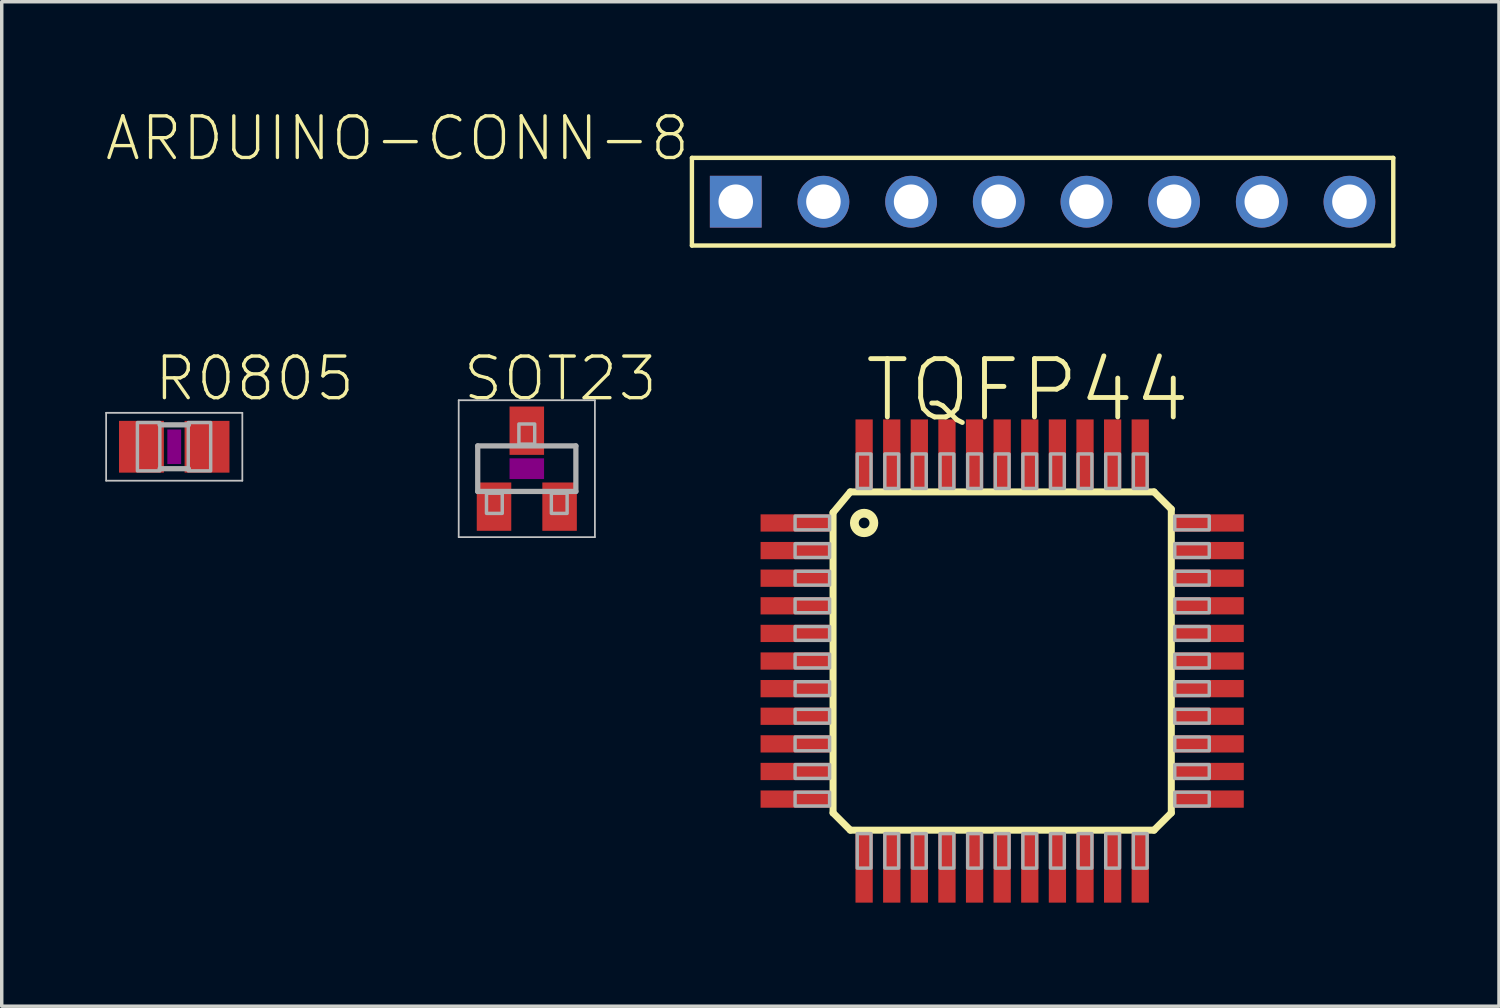
<source format=kicad_pcb>
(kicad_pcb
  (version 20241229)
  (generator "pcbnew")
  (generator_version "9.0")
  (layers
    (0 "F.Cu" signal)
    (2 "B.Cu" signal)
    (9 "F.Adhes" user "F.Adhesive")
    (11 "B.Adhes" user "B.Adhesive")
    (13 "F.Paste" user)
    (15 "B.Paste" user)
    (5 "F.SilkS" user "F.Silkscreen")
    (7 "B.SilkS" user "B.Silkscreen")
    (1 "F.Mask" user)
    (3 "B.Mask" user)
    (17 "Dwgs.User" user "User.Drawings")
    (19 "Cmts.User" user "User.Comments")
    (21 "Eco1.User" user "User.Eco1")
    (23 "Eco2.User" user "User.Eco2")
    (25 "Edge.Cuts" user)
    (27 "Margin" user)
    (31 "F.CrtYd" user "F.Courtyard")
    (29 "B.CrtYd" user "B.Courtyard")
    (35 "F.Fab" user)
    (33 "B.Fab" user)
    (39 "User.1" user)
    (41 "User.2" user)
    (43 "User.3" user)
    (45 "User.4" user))
  (footprint "TQFP44"
    (layer "F.Cu")
    (at 25.986 16.102)
    (property "Reference" "TQFP44" (at -4.064 -6.858 0) (layer "F.SilkS") (effects (font (size 1.689 1.689) (thickness 0.142)) (justify left bottom)))
    (attr through_hole)
    (fp_line (start -4.9 -4.3) (end -4.4 -4.9) (stroke (width 0.203) (type solid)) (layer "F.SilkS"))
    (fp_line (start -4.9 4.4) (end -4.9 -4.3) (stroke (width 0.203) (type solid)) (layer "F.SilkS"))
    (fp_line (start -4.4 -4.9) (end 4.4 -4.9) (stroke (width 0.203) (type solid)) (layer "F.SilkS"))
    (fp_line (start -4.4 4.9) (end -4.9 4.4) (stroke (width 0.203) (type solid)) (layer "F.SilkS"))
    (fp_line (start 4.4 -4.9) (end 4.9 -4.4) (stroke (width 0.203) (type solid)) (layer "F.SilkS"))
    (fp_line (start 4.4 4.9) (end -4.4 4.9) (stroke (width 0.203) (type solid)) (layer "F.SilkS"))
    (fp_line (start 4.9 -4.4) (end 4.9 4.4) (stroke (width 0.203) (type solid)) (layer "F.SilkS"))
    (fp_line (start 4.9 4.4) (end 4.4 4.9) (stroke (width 0.203) (type solid)) (layer "F.SilkS"))
    (fp_circle (center -4 -4) (end -3.717 -4) (stroke (width 0.254) (type solid)) (fill no) (layer "F.SilkS"))
    (fp_poly (pts (xy -6 -3.8) (xy -5 -3.8) (xy -5 -4.2) (xy -6 -4.2)) (stroke (width 0.1) (type solid)) (fill no) (layer "F.Fab"))
    (fp_poly (pts (xy -6 -3) (xy -5 -3) (xy -5 -3.4) (xy -6 -3.4)) (stroke (width 0.1) (type solid)) (fill no) (layer "F.Fab"))
    (fp_poly (pts (xy -6 -2.2) (xy -5 -2.2) (xy -5 -2.6) (xy -6 -2.6)) (stroke (width 0.1) (type solid)) (fill no) (layer "F.Fab"))
    (fp_poly (pts (xy -6 -1.4) (xy -5 -1.4) (xy -5 -1.8) (xy -6 -1.8)) (stroke (width 0.1) (type solid)) (fill no) (layer "F.Fab"))
    (fp_poly (pts (xy -6 -0.6) (xy -5 -0.6) (xy -5 -1) (xy -6 -1)) (stroke (width 0.1) (type solid)) (fill no) (layer "F.Fab"))
    (fp_poly (pts (xy -6 0.2) (xy -5 0.2) (xy -5 -0.2) (xy -6 -0.2)) (stroke (width 0.1) (type solid)) (fill no) (layer "F.Fab"))
    (fp_poly (pts (xy -6 1) (xy -5 1) (xy -5 0.6) (xy -6 0.6)) (stroke (width 0.1) (type solid)) (fill no) (layer "F.Fab"))
    (fp_poly (pts (xy -6 1.8) (xy -5 1.8) (xy -5 1.4) (xy -6 1.4)) (stroke (width 0.1) (type solid)) (fill no) (layer "F.Fab"))
    (fp_poly (pts (xy -6 2.6) (xy -5 2.6) (xy -5 2.2) (xy -6 2.2)) (stroke (width 0.1) (type solid)) (fill no) (layer "F.Fab"))
    (fp_poly (pts (xy -6 3.4) (xy -5 3.4) (xy -5 3) (xy -6 3)) (stroke (width 0.1) (type solid)) (fill no) (layer "F.Fab"))
    (fp_poly (pts (xy -6 4.2) (xy -5 4.2) (xy -5 3.8) (xy -6 3.8)) (stroke (width 0.1) (type solid)) (fill no) (layer "F.Fab"))
    (fp_poly (pts (xy -4.2 -5) (xy -3.8 -5) (xy -3.8 -6) (xy -4.2 -6)) (stroke (width 0.1) (type solid)) (fill no) (layer "F.Fab"))
    (fp_poly (pts (xy -4.2 6) (xy -3.8 6) (xy -3.8 5) (xy -4.2 5)) (stroke (width 0.1) (type solid)) (fill no) (layer "F.Fab"))
    (fp_poly (pts (xy -3.4 -5) (xy -3 -5) (xy -3 -6) (xy -3.4 -6)) (stroke (width 0.1) (type solid)) (fill no) (layer "F.Fab"))
    (fp_poly (pts (xy -3.4 6) (xy -3 6) (xy -3 5) (xy -3.4 5)) (stroke (width 0.1) (type solid)) (fill no) (layer "F.Fab"))
    (fp_poly (pts (xy -2.6 -5) (xy -2.2 -5) (xy -2.2 -6) (xy -2.6 -6)) (stroke (width 0.1) (type solid)) (fill no) (layer "F.Fab"))
    (fp_poly (pts (xy -2.6 6) (xy -2.2 6) (xy -2.2 5) (xy -2.6 5)) (stroke (width 0.1) (type solid)) (fill no) (layer "F.Fab"))
    (fp_poly (pts (xy -1.8 -5) (xy -1.4 -5) (xy -1.4 -6) (xy -1.8 -6)) (stroke (width 0.1) (type solid)) (fill no) (layer "F.Fab"))
    (fp_poly (pts (xy -1.8 6) (xy -1.4 6) (xy -1.4 5) (xy -1.8 5)) (stroke (width 0.1) (type solid)) (fill no) (layer "F.Fab"))
    (fp_poly (pts (xy -1 -5) (xy -0.6 -5) (xy -0.6 -6) (xy -1 -6)) (stroke (width 0.1) (type solid)) (fill no) (layer "F.Fab"))
    (fp_poly (pts (xy -1 6) (xy -0.6 6) (xy -0.6 5) (xy -1 5)) (stroke (width 0.1) (type solid)) (fill no) (layer "F.Fab"))
    (fp_poly (pts (xy -0.2 -5) (xy 0.2 -5) (xy 0.2 -6) (xy -0.2 -6)) (stroke (width 0.1) (type solid)) (fill no) (layer "F.Fab"))
    (fp_poly (pts (xy -0.2 6) (xy 0.2 6) (xy 0.2 5) (xy -0.2 5)) (stroke (width 0.1) (type solid)) (fill no) (layer "F.Fab"))
    (fp_poly (pts (xy 0.6 -5) (xy 1 -5) (xy 1 -6) (xy 0.6 -6)) (stroke (width 0.1) (type solid)) (fill no) (layer "F.Fab"))
    (fp_poly (pts (xy 0.6 6) (xy 1 6) (xy 1 5) (xy 0.6 5)) (stroke (width 0.1) (type solid)) (fill no) (layer "F.Fab"))
    (fp_poly (pts (xy 1.4 -5) (xy 1.8 -5) (xy 1.8 -6) (xy 1.4 -6)) (stroke (width 0.1) (type solid)) (fill no) (layer "F.Fab"))
    (fp_poly (pts (xy 1.4 6) (xy 1.8 6) (xy 1.8 5) (xy 1.4 5)) (stroke (width 0.1) (type solid)) (fill no) (layer "F.Fab"))
    (fp_poly (pts (xy 2.2 -5) (xy 2.6 -5) (xy 2.6 -6) (xy 2.2 -6)) (stroke (width 0.1) (type solid)) (fill no) (layer "F.Fab"))
    (fp_poly (pts (xy 2.2 6) (xy 2.6 6) (xy 2.6 5) (xy 2.2 5)) (stroke (width 0.1) (type solid)) (fill no) (layer "F.Fab"))
    (fp_poly (pts (xy 3 -5) (xy 3.4 -5) (xy 3.4 -6) (xy 3 -6)) (stroke (width 0.1) (type solid)) (fill no) (layer "F.Fab"))
    (fp_poly (pts (xy 3 6) (xy 3.4 6) (xy 3.4 5) (xy 3 5)) (stroke (width 0.1) (type solid)) (fill no) (layer "F.Fab"))
    (fp_poly (pts (xy 3.8 -5) (xy 4.2 -5) (xy 4.2 -6) (xy 3.8 -6)) (stroke (width 0.1) (type solid)) (fill no) (layer "F.Fab"))
    (fp_poly (pts (xy 3.8 6) (xy 4.2 6) (xy 4.2 5) (xy 3.8 5)) (stroke (width 0.1) (type solid)) (fill no) (layer "F.Fab"))
    (fp_poly (pts (xy 5 -3.8) (xy 6 -3.8) (xy 6 -4.2) (xy 5 -4.2)) (stroke (width 0.1) (type solid)) (fill no) (layer "F.Fab"))
    (fp_poly (pts (xy 5 -3) (xy 6 -3) (xy 6 -3.4) (xy 5 -3.4)) (stroke (width 0.1) (type solid)) (fill no) (layer "F.Fab"))
    (fp_poly (pts (xy 5 -2.2) (xy 6 -2.2) (xy 6 -2.6) (xy 5 -2.6)) (stroke (width 0.1) (type solid)) (fill no) (layer "F.Fab"))
    (fp_poly (pts (xy 5 -1.4) (xy 6 -1.4) (xy 6 -1.8) (xy 5 -1.8)) (stroke (width 0.1) (type solid)) (fill no) (layer "F.Fab"))
    (fp_poly (pts (xy 5 -0.6) (xy 6 -0.6) (xy 6 -1) (xy 5 -1)) (stroke (width 0.1) (type solid)) (fill no) (layer "F.Fab"))
    (fp_poly (pts (xy 5 0.2) (xy 6 0.2) (xy 6 -0.2) (xy 5 -0.2)) (stroke (width 0.1) (type solid)) (fill no) (layer "F.Fab"))
    (fp_poly (pts (xy 5 1) (xy 6 1) (xy 6 0.6) (xy 5 0.6)) (stroke (width 0.1) (type solid)) (fill no) (layer "F.Fab"))
    (fp_poly (pts (xy 5 1.8) (xy 6 1.8) (xy 6 1.4) (xy 5 1.4)) (stroke (width 0.1) (type solid)) (fill no) (layer "F.Fab"))
    (fp_poly (pts (xy 5 2.6) (xy 6 2.6) (xy 6 2.2) (xy 5 2.2)) (stroke (width 0.1) (type solid)) (fill no) (layer "F.Fab"))
    (fp_poly (pts (xy 5 3.4) (xy 6 3.4) (xy 6 3) (xy 5 3)) (stroke (width 0.1) (type solid)) (fill no) (layer "F.Fab"))
    (fp_poly (pts (xy 5 4.2) (xy 6 4.2) (xy 6 3.8) (xy 5 3.8)) (stroke (width 0.1) (type solid)) (fill no) (layer "F.Fab"))
    (pad "1" smd rect (at -6 -4) (size 2 0.5) (layers "F.Cu" "F.Mask" "F.Paste"))
    (pad "2" smd rect (at -6 -3.2) (size 2 0.5) (layers "F.Cu" "F.Mask" "F.Paste"))
    (pad "3" smd rect (at -6 -2.4) (size 2 0.5) (layers "F.Cu" "F.Mask" "F.Paste"))
    (pad "4" smd rect (at -6 -1.6) (size 2 0.5) (layers "F.Cu" "F.Mask" "F.Paste"))
    (pad "5" smd rect (at -6 -0.8) (size 2 0.5) (layers "F.Cu" "F.Mask" "F.Paste"))
    (pad "6" smd rect (at -6 0) (size 2 0.5) (layers "F.Cu" "F.Mask" "F.Paste"))
    (pad "7" smd rect (at -6 0.8) (size 2 0.5) (layers "F.Cu" "F.Mask" "F.Paste"))
    (pad "8" smd rect (at -6 1.6) (size 2 0.5) (layers "F.Cu" "F.Mask" "F.Paste"))
    (pad "9" smd rect (at -6 2.4) (size 2 0.5) (layers "F.Cu" "F.Mask" "F.Paste"))
    (pad "10" smd rect (at -6 3.2) (size 2 0.5) (layers "F.Cu" "F.Mask" "F.Paste"))
    (pad "11" smd rect (at -6 4) (size 2 0.5) (layers "F.Cu" "F.Mask" "F.Paste"))
    (pad "12" smd rect (at -4 6) (size 0.5 2) (layers "F.Cu" "F.Mask" "F.Paste"))
    (pad "13" smd rect (at -3.2 6) (size 0.5 2) (layers "F.Cu" "F.Mask" "F.Paste"))
    (pad "14" smd rect (at -2.4 6) (size 0.5 2) (layers "F.Cu" "F.Mask" "F.Paste"))
    (pad "15" smd rect (at -1.6 6) (size 0.5 2) (layers "F.Cu" "F.Mask" "F.Paste"))
    (pad "16" smd rect (at -0.8 6) (size 0.5 2) (layers "F.Cu" "F.Mask" "F.Paste"))
    (pad "17" smd rect (at 0 6) (size 0.5 2) (layers "F.Cu" "F.Mask" "F.Paste"))
    (pad "18" smd rect (at 0.8 6) (size 0.5 2) (layers "F.Cu" "F.Mask" "F.Paste"))
    (pad "19" smd rect (at 1.6 6) (size 0.5 2) (layers "F.Cu" "F.Mask" "F.Paste"))
    (pad "20" smd rect (at 2.4 6) (size 0.5 2) (layers "F.Cu" "F.Mask" "F.Paste"))
    (pad "21" smd rect (at 3.2 6) (size 0.5 2) (layers "F.Cu" "F.Mask" "F.Paste"))
    (pad "22" smd rect (at 4 6) (size 0.5 2) (layers "F.Cu" "F.Mask" "F.Paste"))
    (pad "23" smd rect (at 6 4) (size 2 0.5) (layers "F.Cu" "F.Mask" "F.Paste"))
    (pad "24" smd rect (at 6 3.2) (size 2 0.5) (layers "F.Cu" "F.Mask" "F.Paste"))
    (pad "25" smd rect (at 6 2.4) (size 2 0.5) (layers "F.Cu" "F.Mask" "F.Paste"))
    (pad "26" smd rect (at 6 1.6) (size 2 0.5) (layers "F.Cu" "F.Mask" "F.Paste"))
    (pad "27" smd rect (at 6 0.8) (size 2 0.5) (layers "F.Cu" "F.Mask" "F.Paste"))
    (pad "28" smd rect (at 6 0) (size 2 0.5) (layers "F.Cu" "F.Mask" "F.Paste"))
    (pad "29" smd rect (at 6 -0.8) (size 2 0.5) (layers "F.Cu" "F.Mask" "F.Paste"))
    (pad "30" smd rect (at 6 -1.6) (size 2 0.5) (layers "F.Cu" "F.Mask" "F.Paste"))
    (pad "31" smd rect (at 6 -2.4) (size 2 0.5) (layers "F.Cu" "F.Mask" "F.Paste"))
    (pad "32" smd rect (at 6 -3.2) (size 2 0.5) (layers "F.Cu" "F.Mask" "F.Paste"))
    (pad "33" smd rect (at 6 -4) (size 2 0.5) (layers "F.Cu" "F.Mask" "F.Paste"))
    (pad "34" smd rect (at 4 -6) (size 0.5 2) (layers "F.Cu" "F.Mask" "F.Paste"))
    (pad "35" smd rect (at 3.2 -6) (size 0.5 2) (layers "F.Cu" "F.Mask" "F.Paste"))
    (pad "36" smd rect (at 2.4 -6) (size 0.5 2) (layers "F.Cu" "F.Mask" "F.Paste"))
    (pad "37" smd rect (at 1.6 -6) (size 0.5 2) (layers "F.Cu" "F.Mask" "F.Paste"))
    (pad "38" smd rect (at 0.8 -6) (size 0.5 2) (layers "F.Cu" "F.Mask" "F.Paste"))
    (pad "39" smd rect (at 0 -6) (size 0.5 2) (layers "F.Cu" "F.Mask" "F.Paste"))
    (pad "40" smd rect (at -0.8 -6) (size 0.5 2) (layers "F.Cu" "F.Mask" "F.Paste"))
    (pad "41" smd rect (at -1.6 -6) (size 0.5 2) (layers "F.Cu" "F.Mask" "F.Paste"))
    (pad "42" smd rect (at -2.4 -6) (size 0.5 2) (layers "F.Cu" "F.Mask" "F.Paste"))
    (pad "43" smd rect (at -3.2 -6) (size 0.5 2) (layers "F.Cu" "F.Mask" "F.Paste"))
    (pad "44" smd rect (at -4 -6) (size 0.5 2) (layers "F.Cu" "F.Mask" "F.Paste")))
  (footprint "SOT23"
    (layer "F.Cu")
    (at 12.213 10.529)
    (property "Reference" "SOT23" (at -1.905 -1.905 0) (layer "F.SilkS") (effects (font (size 1.206 1.206) (thickness 0.097)) (justify left bottom)))
    (attr through_hole)
    (fp_poly (pts (xy -0.5 0.3) (xy 0.5 0.3) (xy 0.5 -0.3) (xy -0.5 -0.3)) (stroke (width 0) (type solid)) (fill yes) (layer "F.Adhes"))
    (fp_line (start -1.973 -1.983) (end 1.973 -1.983) (stroke (width 0.051) (type solid)) (layer "Dwgs.User"))
    (fp_line (start -1.973 1.983) (end -1.973 -1.983) (stroke (width 0.051) (type solid)) (layer "Dwgs.User"))
    (fp_line (start 1.973 -1.983) (end 1.973 1.983) (stroke (width 0.051) (type solid)) (layer "Dwgs.User"))
    (fp_line (start 1.973 1.983) (end -1.973 1.983) (stroke (width 0.051) (type solid)) (layer "Dwgs.User"))
    (fp_line (start -1.422 -0.66) (end 1.422 -0.66) (stroke (width 0.152) (type solid)) (layer "F.Fab"))
    (fp_line (start -1.422 0.66) (end -1.422 -0.66) (stroke (width 0.152) (type solid)) (layer "F.Fab"))
    (fp_line (start 1.422 -0.66) (end 1.422 0.66) (stroke (width 0.152) (type solid)) (layer "F.Fab"))
    (fp_line (start 1.422 0.66) (end -1.422 0.66) (stroke (width 0.152) (type solid)) (layer "F.Fab"))
    (fp_poly (pts (xy -1.168 1.295) (xy -0.711 1.295) (xy -0.711 0.711) (xy -1.168 0.711)) (stroke (width 0.1) (type solid)) (fill no) (layer "F.Fab"))
    (fp_poly (pts (xy -0.229 -0.711) (xy 0.229 -0.711) (xy 0.229 -1.295) (xy -0.229 -1.295)) (stroke (width 0.1) (type solid)) (fill no) (layer "F.Fab"))
    (fp_poly (pts (xy 0.711 1.295) (xy 1.168 1.295) (xy 1.168 0.711) (xy 0.711 0.711)) (stroke (width 0.1) (type solid)) (fill no) (layer "F.Fab"))
    (pad "1" smd rect (at -0.95 1.1) (size 1 1.4) (layers "F.Cu" "F.Mask" "F.Paste"))
    (pad "2" smd rect (at 0.95 1.1) (size 1 1.4) (layers "F.Cu" "F.Mask" "F.Paste"))
    (pad "3" smd rect (at 0 -1.1) (size 1 1.4) (layers "F.Cu" "F.Mask" "F.Paste")))
  (footprint "ARDUINO-CONN-8"
    (layer "F.Cu")
    (at 18.267 2.794)
    (property "Reference" "ARDUINO-CONN-8" (at -1.27 -2.54 180) (layer "F.SilkS") (effects (font (size 1.206 1.206) (thickness 0.097)) (justify right top)))
    (attr through_hole)
    (fp_line (start -1.27 -1.27) (end -1.27 1.27) (stroke (width 0.127) (type solid)) (layer "F.SilkS"))
    (fp_line (start -1.27 1.27) (end 19.05 1.27) (stroke (width 0.127) (type solid)) (layer "F.SilkS"))
    (fp_line (start 19.05 -1.27) (end -1.27 -1.27) (stroke (width 0.127) (type solid)) (layer "F.SilkS"))
    (fp_line (start 19.05 -1.27) (end 19.05 1.27) (stroke (width 0.127) (type solid)) (layer "F.SilkS"))
    (pad "P$1" thru_hole rect (at 0 0) (size 1.5 1.5) (drill 1) (layers "*.Cu" "*.Mask"))
    (pad "P$2" thru_hole circle (at 2.54 0) (size 1.5 1.5) (drill 1) (layers "*.Cu" "*.Mask"))
    (pad "P$3" thru_hole circle (at 5.08 0) (size 1.5 1.5) (drill 1) (layers "*.Cu" "*.Mask"))
    (pad "P$4" thru_hole circle (at 7.62 0) (size 1.5 1.5) (drill 1) (layers "*.Cu" "*.Mask"))
    (pad "P$5" thru_hole circle (at 10.16 0) (size 1.5 1.5) (drill 1) (layers "*.Cu" "*.Mask"))
    (pad "P$6" thru_hole circle (at 12.7 0) (size 1.5 1.5) (drill 1) (layers "*.Cu" "*.Mask"))
    (pad "P$7" thru_hole circle (at 15.24 0) (size 1.5 1.5) (drill 1) (layers "*.Cu" "*.Mask"))
    (pad "P$8" thru_hole circle (at 17.78 0) (size 1.5 1.5) (drill 1) (layers "*.Cu" "*.Mask")))
  (footprint "R0805"
    (layer "F.Cu")
    (at 1.998 9.894)
    (property "Reference" "R0805" (at -0.635 -1.27 0) (layer "F.SilkS") (effects (font (size 1.206 1.206) (thickness 0.097)) (justify left bottom)))
    (attr through_hole)
    (fp_poly (pts (xy -0.2 0.5) (xy 0.2 0.5) (xy 0.2 -0.5) (xy -0.2 -0.5)) (stroke (width 0) (type solid)) (fill yes) (layer "F.Adhes"))
    (fp_line (start -1.973 -0.983) (end 1.973 -0.983) (stroke (width 0.051) (type solid)) (layer "Dwgs.User"))
    (fp_line (start -1.973 0.983) (end -1.973 -0.983) (stroke (width 0.051) (type solid)) (layer "Dwgs.User"))
    (fp_line (start 1.973 -0.983) (end 1.973 0.983) (stroke (width 0.051) (type solid)) (layer "Dwgs.User"))
    (fp_line (start 1.973 0.983) (end -1.973 0.983) (stroke (width 0.051) (type solid)) (layer "Dwgs.User"))
    (fp_line (start -0.41 -0.635) (end 0.41 -0.635) (stroke (width 0.152) (type solid)) (layer "F.Fab"))
    (fp_line (start -0.41 0.635) (end 0.41 0.635) (stroke (width 0.152) (type solid)) (layer "F.Fab"))
    (fp_poly (pts (xy -1.067 0.699) (xy -0.417 0.699) (xy -0.417 -0.702) (xy -1.067 -0.702)) (stroke (width 0.1) (type solid)) (fill no) (layer "F.Fab"))
    (fp_poly (pts (xy 0.406 0.699) (xy 1.056 0.699) (xy 1.056 -0.702) (xy 0.406 -0.702)) (stroke (width 0.1) (type solid)) (fill no) (layer "F.Fab"))
    (pad "1" smd rect (at -0.95 0) (size 1.3 1.5) (layers "F.Cu" "F.Mask" "F.Paste"))
    (pad "2" smd rect (at 0.95 0) (size 1.3 1.5) (layers "F.Cu" "F.Mask" "F.Paste")))
  (gr_rect
    (start -3 -3)
    (end 40.38 26.102)
    (stroke (width 0.1) (type default))
    (fill no)
    (layer "Edge.Cuts")))
</source>
